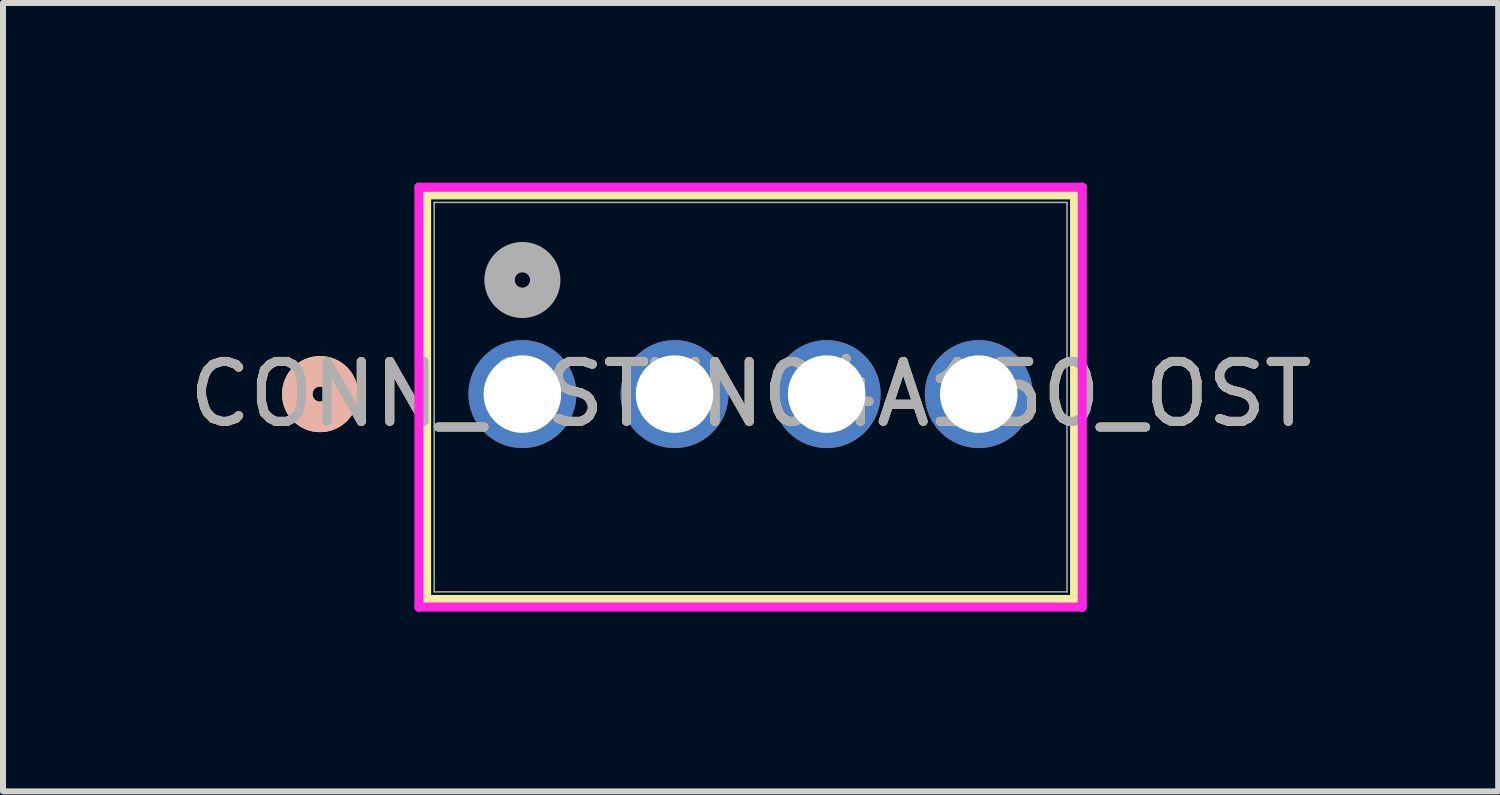
<source format=kicad_pcb>
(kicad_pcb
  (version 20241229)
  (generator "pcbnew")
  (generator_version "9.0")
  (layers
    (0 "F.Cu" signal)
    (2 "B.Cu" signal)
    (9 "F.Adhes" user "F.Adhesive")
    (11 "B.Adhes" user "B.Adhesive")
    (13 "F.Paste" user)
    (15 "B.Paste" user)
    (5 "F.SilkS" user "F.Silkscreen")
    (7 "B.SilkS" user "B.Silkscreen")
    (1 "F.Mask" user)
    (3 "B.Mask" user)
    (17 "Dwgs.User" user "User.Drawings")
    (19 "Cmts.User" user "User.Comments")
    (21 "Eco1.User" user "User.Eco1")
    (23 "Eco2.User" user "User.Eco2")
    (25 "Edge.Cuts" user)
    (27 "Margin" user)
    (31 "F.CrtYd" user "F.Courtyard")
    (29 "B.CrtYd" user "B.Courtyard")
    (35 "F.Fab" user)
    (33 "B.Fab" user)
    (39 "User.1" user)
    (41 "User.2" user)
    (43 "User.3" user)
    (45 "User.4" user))
  (footprint "CONN_OSTVN04A150_OST"
    (layer "F.Cu")
    (at 5.672 3.53)
    (property "Reference" "CONN_OSTVN04A150_OST" (at 3.81 0 0) (unlocked yes) (layer "F.SilkS") (effects (font (size 1 1) (thickness 0.15))))
    (attr through_hole)
    (fp_line (start -1.6 -3.327) (end -1.6 3.429) (stroke (width 0.152) (type solid)) (layer "F.SilkS"))
    (fp_line (start -1.6 3.429) (end 9.22 3.429) (stroke (width 0.152) (type solid)) (layer "F.SilkS"))
    (fp_line (start 9.22 -3.327) (end -1.6 -3.327) (stroke (width 0.152) (type solid)) (layer "F.SilkS"))
    (fp_line (start 9.22 3.429) (end 9.22 -3.327) (stroke (width 0.152) (type solid)) (layer "F.SilkS"))
    (fp_circle (center -3.378 0) (end -2.997 0) (stroke (width 0.508) (type solid)) (fill no) (layer "F.SilkS"))
    (fp_circle (center -3.378 0) (end -2.997 0) (stroke (width 0.508) (type solid)) (fill no) (layer "B.SilkS"))
    (fp_line (start -1.727 -3.454) (end -1.727 3.556) (stroke (width 0.152) (type solid)) (layer "F.CrtYd"))
    (fp_line (start -1.727 3.556) (end 9.347 3.556) (stroke (width 0.152) (type solid)) (layer "F.CrtYd"))
    (fp_line (start 9.347 -3.454) (end -1.727 -3.454) (stroke (width 0.152) (type solid)) (layer "F.CrtYd"))
    (fp_line (start 9.347 3.556) (end 9.347 -3.454) (stroke (width 0.152) (type solid)) (layer "F.CrtYd"))
    (fp_line (start -1.473 -3.2) (end -1.473 3.302) (stroke (width 0.025) (type solid)) (layer "F.Fab"))
    (fp_line (start -1.473 3.302) (end 9.093 3.302) (stroke (width 0.025) (type solid)) (layer "F.Fab"))
    (fp_line (start 9.093 -3.2) (end -1.473 -3.2) (stroke (width 0.025) (type solid)) (layer "F.Fab"))
    (fp_line (start 9.093 3.302) (end 9.093 -3.2) (stroke (width 0.025) (type solid)) (layer "F.Fab"))
    (fp_circle (center 0 -1.905) (end 0.381 -1.905) (stroke (width 0.508) (type solid)) (fill no) (layer "F.Fab"))
    (fp_text user "${REFERENCE}" (at 3.81 0 0) (unlocked yes) (layer "F.Fab") (effects (font (size 1 1) (thickness 0.15))))
    (pad "1" thru_hole circle (at 0 0) (size 1.803 1.803) (drill 1.295) (layers "*.Cu" "*.Mask"))
    (pad "2" thru_hole circle (at 2.54 0) (size 1.803 1.803) (drill 1.295) (layers "*.Cu" "*.Mask"))
    (pad "3" thru_hole circle (at 5.08 0) (size 1.803 1.803) (drill 1.295) (layers "*.Cu" "*.Mask"))
    (pad "4" thru_hole circle (at 7.62 0) (size 1.803 1.803) (drill 1.295) (layers "*.Cu" "*.Mask")))
  (gr_rect
    (start -3 -3)
    (end 21.964 10.163)
    (stroke (width 0.1) (type default))
    (fill no)
    (layer "Edge.Cuts")))
</source>
